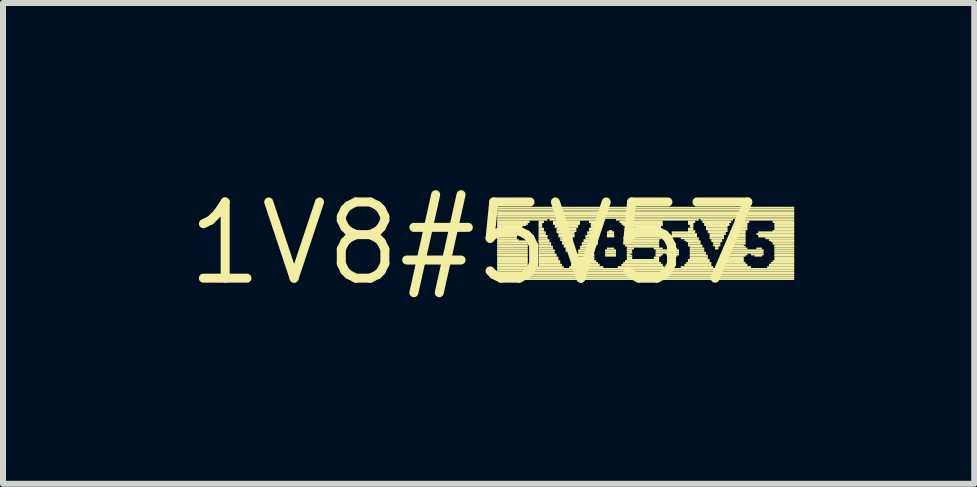
<source format=kicad_pcb>
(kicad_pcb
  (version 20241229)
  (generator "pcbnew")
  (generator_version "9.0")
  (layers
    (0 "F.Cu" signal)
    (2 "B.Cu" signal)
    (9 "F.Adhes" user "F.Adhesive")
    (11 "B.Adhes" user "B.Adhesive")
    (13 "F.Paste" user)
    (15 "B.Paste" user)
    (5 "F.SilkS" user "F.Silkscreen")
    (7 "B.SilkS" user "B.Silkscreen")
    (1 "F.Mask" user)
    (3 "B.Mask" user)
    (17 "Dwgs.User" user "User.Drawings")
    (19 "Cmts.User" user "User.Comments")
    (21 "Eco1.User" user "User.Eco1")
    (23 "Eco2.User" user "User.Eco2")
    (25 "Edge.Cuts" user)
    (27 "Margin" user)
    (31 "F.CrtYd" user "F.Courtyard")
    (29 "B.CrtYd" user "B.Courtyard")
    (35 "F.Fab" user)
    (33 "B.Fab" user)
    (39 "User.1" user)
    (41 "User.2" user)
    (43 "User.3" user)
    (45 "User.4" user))
  (footprint "1V8#5V57"
    (layer "F.Cu")
    (at 4.845 1.006)
    (property "Reference" "1V8#5V57" (at 0 0 0) (layer "F.SilkS") (effects (font (size 1.27 1.27) (thickness 0.15))))
    (attr through_hole)
    (fp_poly (pts (xy 0.39 -0.58) (xy 5.34 -0.58) (xy 5.34 -0.61) (xy 0.39 -0.61)) (stroke (width 0) (type solid)) (fill yes) (layer "F.SilkS"))
    (fp_poly (pts (xy 0.39 -0.55) (xy 5.34 -0.55) (xy 5.34 -0.58) (xy 0.39 -0.58)) (stroke (width 0) (type solid)) (fill yes) (layer "F.SilkS"))
    (fp_poly (pts (xy 0.39 -0.53) (xy 5.34 -0.53) (xy 5.34 -0.55) (xy 0.39 -0.55)) (stroke (width 0) (type solid)) (fill yes) (layer "F.SilkS"))
    (fp_poly (pts (xy 0.39 -0.49) (xy 5.34 -0.49) (xy 5.34 -0.53) (xy 0.39 -0.53)) (stroke (width 0) (type solid)) (fill yes) (layer "F.SilkS"))
    (fp_poly (pts (xy 0.39 -0.46) (xy 5.34 -0.46) (xy 5.34 -0.49) (xy 0.39 -0.49)) (stroke (width 0) (type solid)) (fill yes) (layer "F.SilkS"))
    (fp_poly (pts (xy 0.39 -0.43) (xy 5.34 -0.43) (xy 5.34 -0.46) (xy 0.39 -0.46)) (stroke (width 0) (type solid)) (fill yes) (layer "F.SilkS"))
    (fp_poly (pts (xy 0.39 -0.41) (xy 5.34 -0.41) (xy 5.34 -0.43) (xy 0.39 -0.43)) (stroke (width 0) (type solid)) (fill yes) (layer "F.SilkS"))
    (fp_poly (pts (xy 0.39 -0.38) (xy 1.23 -0.38) (xy 1.23 -0.41) (xy 0.39 -0.41)) (stroke (width 0) (type solid)) (fill yes) (layer "F.SilkS"))
    (fp_poly (pts (xy 0.39 -0.34) (xy 0.93 -0.34) (xy 0.93 -0.38) (xy 0.39 -0.38)) (stroke (width 0) (type solid)) (fill yes) (layer "F.SilkS"))
    (fp_poly (pts (xy 0.39 -0.31) (xy 0.9 -0.31) (xy 0.9 -0.34) (xy 0.39 -0.34)) (stroke (width 0) (type solid)) (fill yes) (layer "F.SilkS"))
    (fp_poly (pts (xy 0.39 -0.29) (xy 0.87 -0.29) (xy 0.87 -0.32) (xy 0.39 -0.32)) (stroke (width 0) (type solid)) (fill yes) (layer "F.SilkS"))
    (fp_poly (pts (xy 0.39 -0.26) (xy 0.81 -0.26) (xy 0.81 -0.29) (xy 0.39 -0.29)) (stroke (width 0) (type solid)) (fill yes) (layer "F.SilkS"))
    (fp_poly (pts (xy 0.39 -0.22) (xy 0.78 -0.22) (xy 0.78 -0.26) (xy 0.39 -0.26)) (stroke (width 0) (type solid)) (fill yes) (layer "F.SilkS"))
    (fp_poly (pts (xy 0.39 -0.19) (xy 0.75 -0.19) (xy 0.75 -0.22) (xy 0.39 -0.22)) (stroke (width 0) (type solid)) (fill yes) (layer "F.SilkS"))
    (fp_poly (pts (xy 0.39 -0.17) (xy 0.72 -0.17) (xy 0.72 -0.2) (xy 0.39 -0.2)) (stroke (width 0) (type solid)) (fill yes) (layer "F.SilkS"))
    (fp_poly (pts (xy 0.39 -0.14) (xy 0.72 -0.14) (xy 0.72 -0.17) (xy 0.39 -0.17)) (stroke (width 0) (type solid)) (fill yes) (layer "F.SilkS"))
    (fp_poly (pts (xy 0.39 -0.1) (xy 0.72 -0.1) (xy 0.72 -0.14) (xy 0.39 -0.14)) (stroke (width 0) (type solid)) (fill yes) (layer "F.SilkS"))
    (fp_poly (pts (xy 0.39 -0.07) (xy 0.72 -0.07) (xy 0.72 -0.1) (xy 0.39 -0.1)) (stroke (width 0) (type solid)) (fill yes) (layer "F.SilkS"))
    (fp_poly (pts (xy 0.39 -0.04) (xy 0.75 -0.04) (xy 0.75 -0.07) (xy 0.39 -0.07)) (stroke (width 0) (type solid)) (fill yes) (layer "F.SilkS"))
    (fp_poly (pts (xy 0.39 -0.02) (xy 0.9 -0.02) (xy 0.9 -0.05) (xy 0.39 -0.05)) (stroke (width 0) (type solid)) (fill yes) (layer "F.SilkS"))
    (fp_poly (pts (xy 0.39 0.02) (xy 0.9 0.02) (xy 0.9 -0.02) (xy 0.39 -0.02)) (stroke (width 0) (type solid)) (fill yes) (layer "F.SilkS"))
    (fp_poly (pts (xy 0.39 0.05) (xy 0.9 0.05) (xy 0.9 0.02) (xy 0.39 0.02)) (stroke (width 0) (type solid)) (fill yes) (layer "F.SilkS"))
    (fp_poly (pts (xy 0.39 0.07) (xy 0.9 0.07) (xy 0.9 0.04) (xy 0.39 0.04)) (stroke (width 0) (type solid)) (fill yes) (layer "F.SilkS"))
    (fp_poly (pts (xy 0.39 0.1) (xy 0.9 0.1) (xy 0.9 0.07) (xy 0.39 0.07)) (stroke (width 0) (type solid)) (fill yes) (layer "F.SilkS"))
    (fp_poly (pts (xy 0.39 0.14) (xy 0.9 0.14) (xy 0.9 0.1) (xy 0.39 0.1)) (stroke (width 0) (type solid)) (fill yes) (layer "F.SilkS"))
    (fp_poly (pts (xy 0.39 0.17) (xy 0.9 0.17) (xy 0.9 0.14) (xy 0.39 0.14)) (stroke (width 0) (type solid)) (fill yes) (layer "F.SilkS"))
    (fp_poly (pts (xy 0.39 0.2) (xy 0.9 0.2) (xy 0.9 0.17) (xy 0.39 0.17)) (stroke (width 0) (type solid)) (fill yes) (layer "F.SilkS"))
    (fp_poly (pts (xy 0.39 0.22) (xy 0.9 0.22) (xy 0.9 0.19) (xy 0.39 0.19)) (stroke (width 0) (type solid)) (fill yes) (layer "F.SilkS"))
    (fp_poly (pts (xy 0.39 0.26) (xy 0.9 0.26) (xy 0.9 0.22) (xy 0.39 0.22)) (stroke (width 0) (type solid)) (fill yes) (layer "F.SilkS"))
    (fp_poly (pts (xy 0.39 0.29) (xy 0.9 0.29) (xy 0.9 0.26) (xy 0.39 0.26)) (stroke (width 0) (type solid)) (fill yes) (layer "F.SilkS"))
    (fp_poly (pts (xy 0.39 0.31) (xy 0.9 0.31) (xy 0.9 0.28) (xy 0.39 0.28)) (stroke (width 0) (type solid)) (fill yes) (layer "F.SilkS"))
    (fp_poly (pts (xy 0.39 0.34) (xy 0.9 0.34) (xy 0.9 0.31) (xy 0.39 0.31)) (stroke (width 0) (type solid)) (fill yes) (layer "F.SilkS"))
    (fp_poly (pts (xy 0.39 0.38) (xy 0.9 0.38) (xy 0.9 0.34) (xy 0.39 0.34)) (stroke (width 0) (type solid)) (fill yes) (layer "F.SilkS"))
    (fp_poly (pts (xy 0.39 0.41) (xy 0.9 0.41) (xy 0.9 0.38) (xy 0.39 0.38)) (stroke (width 0) (type solid)) (fill yes) (layer "F.SilkS"))
    (fp_poly (pts (xy 0.39 0.44) (xy 5.34 0.44) (xy 5.34 0.41) (xy 0.39 0.41)) (stroke (width 0) (type solid)) (fill yes) (layer "F.SilkS"))
    (fp_poly (pts (xy 0.39 0.47) (xy 5.34 0.47) (xy 5.34 0.44) (xy 0.39 0.44)) (stroke (width 0) (type solid)) (fill yes) (layer "F.SilkS"))
    (fp_poly (pts (xy 0.39 0.5) (xy 5.34 0.5) (xy 5.34 0.47) (xy 0.39 0.47)) (stroke (width 0) (type solid)) (fill yes) (layer "F.SilkS"))
    (fp_poly (pts (xy 0.39 0.52) (xy 5.34 0.52) (xy 5.34 0.49) (xy 0.39 0.49)) (stroke (width 0) (type solid)) (fill yes) (layer "F.SilkS"))
    (fp_poly (pts (xy 0.39 0.55) (xy 5.34 0.55) (xy 5.34 0.52) (xy 0.39 0.52)) (stroke (width 0) (type solid)) (fill yes) (layer "F.SilkS"))
    (fp_poly (pts (xy 0.39 0.58) (xy 5.34 0.58) (xy 5.34 0.55) (xy 0.39 0.55)) (stroke (width 0) (type solid)) (fill yes) (layer "F.SilkS"))
    (fp_poly (pts (xy 0.39 0.61) (xy 5.34 0.61) (xy 5.34 0.58) (xy 0.39 0.58)) (stroke (width 0) (type solid)) (fill yes) (layer "F.SilkS"))
    (fp_poly (pts (xy 0.87 -0.04) (xy 0.9 -0.04) (xy 0.9 -0.07) (xy 0.87 -0.07)) (stroke (width 0) (type solid)) (fill yes) (layer "F.SilkS"))
    (fp_poly (pts (xy 1.05 0.41) (xy 1.5 0.41) (xy 1.5 0.38) (xy 1.05 0.38)) (stroke (width 0) (type solid)) (fill yes) (layer "F.SilkS"))
    (fp_poly (pts (xy 1.08 -0.34) (xy 1.17 -0.34) (xy 1.17 -0.38) (xy 1.08 -0.38)) (stroke (width 0) (type solid)) (fill yes) (layer "F.SilkS"))
    (fp_poly (pts (xy 1.08 -0.31) (xy 1.14 -0.31) (xy 1.14 -0.34) (xy 1.08 -0.34)) (stroke (width 0) (type solid)) (fill yes) (layer "F.SilkS"))
    (fp_poly (pts (xy 1.08 -0.29) (xy 1.14 -0.29) (xy 1.14 -0.32) (xy 1.08 -0.32)) (stroke (width 0) (type solid)) (fill yes) (layer "F.SilkS"))
    (fp_poly (pts (xy 1.08 -0.26) (xy 1.14 -0.26) (xy 1.14 -0.29) (xy 1.08 -0.29)) (stroke (width 0) (type solid)) (fill yes) (layer "F.SilkS"))
    (fp_poly (pts (xy 1.08 -0.22) (xy 1.17 -0.22) (xy 1.17 -0.26) (xy 1.08 -0.26)) (stroke (width 0) (type solid)) (fill yes) (layer "F.SilkS"))
    (fp_poly (pts (xy 1.08 -0.19) (xy 1.17 -0.19) (xy 1.17 -0.22) (xy 1.08 -0.22)) (stroke (width 0) (type solid)) (fill yes) (layer "F.SilkS"))
    (fp_poly (pts (xy 1.08 -0.17) (xy 1.2 -0.17) (xy 1.2 -0.2) (xy 1.08 -0.2)) (stroke (width 0) (type solid)) (fill yes) (layer "F.SilkS"))
    (fp_poly (pts (xy 1.08 -0.14) (xy 1.2 -0.14) (xy 1.2 -0.17) (xy 1.08 -0.17)) (stroke (width 0) (type solid)) (fill yes) (layer "F.SilkS"))
    (fp_poly (pts (xy 1.08 -0.1) (xy 1.23 -0.1) (xy 1.23 -0.14) (xy 1.08 -0.14)) (stroke (width 0) (type solid)) (fill yes) (layer "F.SilkS"))
    (fp_poly (pts (xy 1.08 -0.07) (xy 1.23 -0.07) (xy 1.23 -0.1) (xy 1.08 -0.1)) (stroke (width 0) (type solid)) (fill yes) (layer "F.SilkS"))
    (fp_poly (pts (xy 1.08 -0.04) (xy 1.26 -0.04) (xy 1.26 -0.07) (xy 1.08 -0.07)) (stroke (width 0) (type solid)) (fill yes) (layer "F.SilkS"))
    (fp_poly (pts (xy 1.08 -0.02) (xy 1.26 -0.02) (xy 1.26 -0.05) (xy 1.08 -0.05)) (stroke (width 0) (type solid)) (fill yes) (layer "F.SilkS"))
    (fp_poly (pts (xy 1.08 0.02) (xy 1.29 0.02) (xy 1.29 -0.02) (xy 1.08 -0.02)) (stroke (width 0) (type solid)) (fill yes) (layer "F.SilkS"))
    (fp_poly (pts (xy 1.08 0.05) (xy 1.29 0.05) (xy 1.29 0.02) (xy 1.08 0.02)) (stroke (width 0) (type solid)) (fill yes) (layer "F.SilkS"))
    (fp_poly (pts (xy 1.08 0.07) (xy 1.32 0.07) (xy 1.32 0.04) (xy 1.08 0.04)) (stroke (width 0) (type solid)) (fill yes) (layer "F.SilkS"))
    (fp_poly (pts (xy 1.08 0.1) (xy 1.32 0.1) (xy 1.32 0.07) (xy 1.08 0.07)) (stroke (width 0) (type solid)) (fill yes) (layer "F.SilkS"))
    (fp_poly (pts (xy 1.08 0.14) (xy 1.35 0.14) (xy 1.35 0.1) (xy 1.08 0.1)) (stroke (width 0) (type solid)) (fill yes) (layer "F.SilkS"))
    (fp_poly (pts (xy 1.08 0.17) (xy 1.35 0.17) (xy 1.35 0.14) (xy 1.08 0.14)) (stroke (width 0) (type solid)) (fill yes) (layer "F.SilkS"))
    (fp_poly (pts (xy 1.08 0.2) (xy 1.38 0.2) (xy 1.38 0.17) (xy 1.08 0.17)) (stroke (width 0) (type solid)) (fill yes) (layer "F.SilkS"))
    (fp_poly (pts (xy 1.08 0.22) (xy 1.38 0.22) (xy 1.38 0.19) (xy 1.08 0.19)) (stroke (width 0) (type solid)) (fill yes) (layer "F.SilkS"))
    (fp_poly (pts (xy 1.08 0.26) (xy 1.41 0.26) (xy 1.41 0.22) (xy 1.08 0.22)) (stroke (width 0) (type solid)) (fill yes) (layer "F.SilkS"))
    (fp_poly (pts (xy 1.08 0.29) (xy 1.41 0.29) (xy 1.41 0.26) (xy 1.08 0.26)) (stroke (width 0) (type solid)) (fill yes) (layer "F.SilkS"))
    (fp_poly (pts (xy 1.08 0.31) (xy 1.44 0.31) (xy 1.44 0.28) (xy 1.08 0.28)) (stroke (width 0) (type solid)) (fill yes) (layer "F.SilkS"))
    (fp_poly (pts (xy 1.08 0.34) (xy 1.44 0.34) (xy 1.44 0.31) (xy 1.08 0.31)) (stroke (width 0) (type solid)) (fill yes) (layer "F.SilkS"))
    (fp_poly (pts (xy 1.08 0.38) (xy 1.47 0.38) (xy 1.47 0.34) (xy 1.08 0.34)) (stroke (width 0) (type solid)) (fill yes) (layer "F.SilkS"))
    (fp_poly (pts (xy 1.26 -0.38) (xy 2.19 -0.38) (xy 2.19 -0.41) (xy 1.26 -0.41)) (stroke (width 0) (type solid)) (fill yes) (layer "F.SilkS"))
    (fp_poly (pts (xy 1.32 -0.34) (xy 1.77 -0.34) (xy 1.77 -0.38) (xy 1.32 -0.38)) (stroke (width 0) (type solid)) (fill yes) (layer "F.SilkS"))
    (fp_poly (pts (xy 1.32 -0.31) (xy 1.77 -0.31) (xy 1.77 -0.34) (xy 1.32 -0.34)) (stroke (width 0) (type solid)) (fill yes) (layer "F.SilkS"))
    (fp_poly (pts (xy 1.35 -0.29) (xy 1.74 -0.29) (xy 1.74 -0.32) (xy 1.35 -0.32)) (stroke (width 0) (type solid)) (fill yes) (layer "F.SilkS"))
    (fp_poly (pts (xy 1.35 -0.26) (xy 1.74 -0.26) (xy 1.74 -0.29) (xy 1.35 -0.29)) (stroke (width 0) (type solid)) (fill yes) (layer "F.SilkS"))
    (fp_poly (pts (xy 1.38 -0.22) (xy 1.71 -0.22) (xy 1.71 -0.26) (xy 1.38 -0.26)) (stroke (width 0) (type solid)) (fill yes) (layer "F.SilkS"))
    (fp_poly (pts (xy 1.38 -0.19) (xy 1.71 -0.19) (xy 1.71 -0.22) (xy 1.38 -0.22)) (stroke (width 0) (type solid)) (fill yes) (layer "F.SilkS"))
    (fp_poly (pts (xy 1.38 -0.17) (xy 1.68 -0.17) (xy 1.68 -0.2) (xy 1.38 -0.2)) (stroke (width 0) (type solid)) (fill yes) (layer "F.SilkS"))
    (fp_poly (pts (xy 1.41 -0.14) (xy 1.68 -0.14) (xy 1.68 -0.17) (xy 1.41 -0.17)) (stroke (width 0) (type solid)) (fill yes) (layer "F.SilkS"))
    (fp_poly (pts (xy 1.41 -0.1) (xy 1.68 -0.1) (xy 1.68 -0.14) (xy 1.41 -0.14)) (stroke (width 0) (type solid)) (fill yes) (layer "F.SilkS"))
    (fp_poly (pts (xy 1.44 -0.07) (xy 1.65 -0.07) (xy 1.65 -0.1) (xy 1.44 -0.1)) (stroke (width 0) (type solid)) (fill yes) (layer "F.SilkS"))
    (fp_poly (pts (xy 1.44 -0.04) (xy 1.65 -0.04) (xy 1.65 -0.07) (xy 1.44 -0.07)) (stroke (width 0) (type solid)) (fill yes) (layer "F.SilkS"))
    (fp_poly (pts (xy 1.47 -0.02) (xy 1.62 -0.02) (xy 1.62 -0.05) (xy 1.47 -0.05)) (stroke (width 0) (type solid)) (fill yes) (layer "F.SilkS"))
    (fp_poly (pts (xy 1.47 0.02) (xy 1.62 0.02) (xy 1.62 -0.02) (xy 1.47 -0.02)) (stroke (width 0) (type solid)) (fill yes) (layer "F.SilkS"))
    (fp_poly (pts (xy 1.5 0.05) (xy 1.59 0.05) (xy 1.59 0.02) (xy 1.5 0.02)) (stroke (width 0) (type solid)) (fill yes) (layer "F.SilkS"))
    (fp_poly (pts (xy 1.5 0.07) (xy 1.59 0.07) (xy 1.59 0.04) (xy 1.5 0.04)) (stroke (width 0) (type solid)) (fill yes) (layer "F.SilkS"))
    (fp_poly (pts (xy 1.53 0.1) (xy 1.56 0.1) (xy 1.56 0.07) (xy 1.53 0.07)) (stroke (width 0) (type solid)) (fill yes) (layer "F.SilkS"))
    (fp_poly (pts (xy 1.53 0.14) (xy 1.56 0.14) (xy 1.56 0.1) (xy 1.53 0.1)) (stroke (width 0) (type solid)) (fill yes) (layer "F.SilkS"))
    (fp_poly (pts (xy 1.59 0.41) (xy 2.16 0.41) (xy 2.16 0.38) (xy 1.59 0.38)) (stroke (width 0) (type solid)) (fill yes) (layer "F.SilkS"))
    (fp_poly (pts (xy 1.62 0.38) (xy 2.1 0.38) (xy 2.1 0.34) (xy 1.62 0.34)) (stroke (width 0) (type solid)) (fill yes) (layer "F.SilkS"))
    (fp_poly (pts (xy 1.65 0.31) (xy 2.04 0.31) (xy 2.04 0.28) (xy 1.65 0.28)) (stroke (width 0) (type solid)) (fill yes) (layer "F.SilkS"))
    (fp_poly (pts (xy 1.65 0.34) (xy 2.07 0.34) (xy 2.07 0.31) (xy 1.65 0.31)) (stroke (width 0) (type solid)) (fill yes) (layer "F.SilkS"))
    (fp_poly (pts (xy 1.68 0.26) (xy 2.01 0.26) (xy 2.01 0.22) (xy 1.68 0.22)) (stroke (width 0) (type solid)) (fill yes) (layer "F.SilkS"))
    (fp_poly (pts (xy 1.68 0.29) (xy 2.01 0.29) (xy 2.01 0.26) (xy 1.68 0.26)) (stroke (width 0) (type solid)) (fill yes) (layer "F.SilkS"))
    (fp_poly (pts (xy 1.71 0.2) (xy 2.01 0.2) (xy 2.01 0.17) (xy 1.71 0.17)) (stroke (width 0) (type solid)) (fill yes) (layer "F.SilkS"))
    (fp_poly (pts (xy 1.71 0.22) (xy 2.01 0.22) (xy 2.01 0.19) (xy 1.71 0.19)) (stroke (width 0) (type solid)) (fill yes) (layer "F.SilkS"))
    (fp_poly (pts (xy 1.74 0.14) (xy 2.01 0.14) (xy 2.01 0.1) (xy 1.74 0.1)) (stroke (width 0) (type solid)) (fill yes) (layer "F.SilkS"))
    (fp_poly (pts (xy 1.74 0.17) (xy 1.98 0.17) (xy 1.98 0.14) (xy 1.74 0.14)) (stroke (width 0) (type solid)) (fill yes) (layer "F.SilkS"))
    (fp_poly (pts (xy 1.77 0.07) (xy 2.01 0.07) (xy 2.01 0.04) (xy 1.77 0.04)) (stroke (width 0) (type solid)) (fill yes) (layer "F.SilkS"))
    (fp_poly (pts (xy 1.77 0.1) (xy 2.01 0.1) (xy 2.01 0.07) (xy 1.77 0.07)) (stroke (width 0) (type solid)) (fill yes) (layer "F.SilkS"))
    (fp_poly (pts (xy 1.8 0.02) (xy 2.07 0.02) (xy 2.07 -0.02) (xy 1.8 -0.02)) (stroke (width 0) (type solid)) (fill yes) (layer "F.SilkS"))
    (fp_poly (pts (xy 1.8 0.05) (xy 2.04 0.05) (xy 2.04 0.02) (xy 1.8 0.02)) (stroke (width 0) (type solid)) (fill yes) (layer "F.SilkS"))
    (fp_poly (pts (xy 1.83 -0.04) (xy 2.04 -0.04) (xy 2.04 -0.07) (xy 1.83 -0.07)) (stroke (width 0) (type solid)) (fill yes) (layer "F.SilkS"))
    (fp_poly (pts (xy 1.83 -0.02) (xy 2.07 -0.02) (xy 2.07 -0.05) (xy 1.83 -0.05)) (stroke (width 0) (type solid)) (fill yes) (layer "F.SilkS"))
    (fp_poly (pts (xy 1.86 -0.1) (xy 2.01 -0.1) (xy 2.01 -0.14) (xy 1.86 -0.14)) (stroke (width 0) (type solid)) (fill yes) (layer "F.SilkS"))
    (fp_poly (pts (xy 1.86 -0.07) (xy 2.04 -0.07) (xy 2.04 -0.1) (xy 1.86 -0.1)) (stroke (width 0) (type solid)) (fill yes) (layer "F.SilkS"))
    (fp_poly (pts (xy 1.89 -0.17) (xy 2.01 -0.17) (xy 2.01 -0.2) (xy 1.89 -0.2)) (stroke (width 0) (type solid)) (fill yes) (layer "F.SilkS"))
    (fp_poly (pts (xy 1.89 -0.14) (xy 2.01 -0.14) (xy 2.01 -0.17) (xy 1.89 -0.17)) (stroke (width 0) (type solid)) (fill yes) (layer "F.SilkS"))
    (fp_poly (pts (xy 1.92 -0.34) (xy 2.13 -0.34) (xy 2.13 -0.38) (xy 1.92 -0.38)) (stroke (width 0) (type solid)) (fill yes) (layer "F.SilkS"))
    (fp_poly (pts (xy 1.92 -0.22) (xy 2.04 -0.22) (xy 2.04 -0.26) (xy 1.92 -0.26)) (stroke (width 0) (type solid)) (fill yes) (layer "F.SilkS"))
    (fp_poly (pts (xy 1.92 -0.19) (xy 2.01 -0.19) (xy 2.01 -0.22) (xy 1.92 -0.22)) (stroke (width 0) (type solid)) (fill yes) (layer "F.SilkS"))
    (fp_poly (pts (xy 1.95 -0.31) (xy 2.1 -0.31) (xy 2.1 -0.34) (xy 1.95 -0.34)) (stroke (width 0) (type solid)) (fill yes) (layer "F.SilkS"))
    (fp_poly (pts (xy 1.95 -0.29) (xy 2.07 -0.29) (xy 2.07 -0.32) (xy 1.95 -0.32)) (stroke (width 0) (type solid)) (fill yes) (layer "F.SilkS"))
    (fp_poly (pts (xy 1.95 -0.26) (xy 2.04 -0.26) (xy 2.04 -0.29) (xy 1.95 -0.29)) (stroke (width 0) (type solid)) (fill yes) (layer "F.SilkS"))
    (fp_poly (pts (xy 2.19 0.14) (xy 2.37 0.14) (xy 2.37 0.1) (xy 2.19 0.1)) (stroke (width 0) (type solid)) (fill yes) (layer "F.SilkS"))
    (fp_poly (pts (xy 2.19 0.17) (xy 2.37 0.17) (xy 2.37 0.14) (xy 2.19 0.14)) (stroke (width 0) (type solid)) (fill yes) (layer "F.SilkS"))
    (fp_poly (pts (xy 2.19 0.2) (xy 2.37 0.2) (xy 2.37 0.17) (xy 2.19 0.17)) (stroke (width 0) (type solid)) (fill yes) (layer "F.SilkS"))
    (fp_poly (pts (xy 2.19 0.22) (xy 2.37 0.22) (xy 2.37 0.19) (xy 2.19 0.19)) (stroke (width 0) (type solid)) (fill yes) (layer "F.SilkS"))
    (fp_poly (pts (xy 2.22 -0.17) (xy 2.34 -0.17) (xy 2.34 -0.2) (xy 2.22 -0.2)) (stroke (width 0) (type solid)) (fill yes) (layer "F.SilkS"))
    (fp_poly (pts (xy 2.22 -0.14) (xy 2.34 -0.14) (xy 2.34 -0.17) (xy 2.22 -0.17)) (stroke (width 0) (type solid)) (fill yes) (layer "F.SilkS"))
    (fp_poly (pts (xy 2.22 -0.1) (xy 2.34 -0.1) (xy 2.34 -0.14) (xy 2.22 -0.14)) (stroke (width 0) (type solid)) (fill yes) (layer "F.SilkS"))
    (fp_poly (pts (xy 2.22 0.1) (xy 2.34 0.1) (xy 2.34 0.07) (xy 2.22 0.07)) (stroke (width 0) (type solid)) (fill yes) (layer "F.SilkS"))
    (fp_poly (pts (xy 2.25 -0.19) (xy 2.31 -0.19) (xy 2.31 -0.22) (xy 2.25 -0.22)) (stroke (width 0) (type solid)) (fill yes) (layer "F.SilkS"))
    (fp_poly (pts (xy 2.37 -0.38) (xy 3.75 -0.38) (xy 3.75 -0.41) (xy 2.37 -0.41)) (stroke (width 0) (type solid)) (fill yes) (layer "F.SilkS"))
    (fp_poly (pts (xy 2.4 0.41) (xy 3.18 0.41) (xy 3.18 0.38) (xy 2.4 0.38)) (stroke (width 0) (type solid)) (fill yes) (layer "F.SilkS"))
    (fp_poly (pts (xy 2.43 -0.34) (xy 3.15 -0.34) (xy 3.15 -0.38) (xy 2.43 -0.38)) (stroke (width 0) (type solid)) (fill yes) (layer "F.SilkS"))
    (fp_poly (pts (xy 2.46 -0.31) (xy 3.15 -0.31) (xy 3.15 -0.34) (xy 2.46 -0.34)) (stroke (width 0) (type solid)) (fill yes) (layer "F.SilkS"))
    (fp_poly (pts (xy 2.46 0.38) (xy 3.15 0.38) (xy 3.15 0.34) (xy 2.46 0.34)) (stroke (width 0) (type solid)) (fill yes) (layer "F.SilkS"))
    (fp_poly (pts (xy 2.49 -0.29) (xy 3.15 -0.29) (xy 3.15 -0.32) (xy 2.49 -0.32)) (stroke (width 0) (type solid)) (fill yes) (layer "F.SilkS"))
    (fp_poly (pts (xy 2.49 -0.02) (xy 3.09 -0.02) (xy 3.09 -0.05) (xy 2.49 -0.05)) (stroke (width 0) (type solid)) (fill yes) (layer "F.SilkS"))
    (fp_poly (pts (xy 2.49 0.02) (xy 3.09 0.02) (xy 3.09 -0.02) (xy 2.49 -0.02)) (stroke (width 0) (type solid)) (fill yes) (layer "F.SilkS"))
    (fp_poly (pts (xy 2.49 0.34) (xy 3.12 0.34) (xy 3.12 0.31) (xy 2.49 0.31)) (stroke (width 0) (type solid)) (fill yes) (layer "F.SilkS"))
    (fp_poly (pts (xy 2.52 -0.26) (xy 3.12 -0.26) (xy 3.12 -0.29) (xy 2.52 -0.29)) (stroke (width 0) (type solid)) (fill yes) (layer "F.SilkS"))
    (fp_poly (pts (xy 2.52 -0.22) (xy 3.12 -0.22) (xy 3.12 -0.26) (xy 2.52 -0.26)) (stroke (width 0) (type solid)) (fill yes) (layer "F.SilkS"))
    (fp_poly (pts (xy 2.52 -0.19) (xy 3.12 -0.19) (xy 3.12 -0.22) (xy 2.52 -0.22)) (stroke (width 0) (type solid)) (fill yes) (layer "F.SilkS"))
    (fp_poly (pts (xy 2.52 -0.07) (xy 3.12 -0.07) (xy 3.12 -0.1) (xy 2.52 -0.1)) (stroke (width 0) (type solid)) (fill yes) (layer "F.SilkS"))
    (fp_poly (pts (xy 2.52 -0.04) (xy 3.09 -0.04) (xy 3.09 -0.07) (xy 2.52 -0.07)) (stroke (width 0) (type solid)) (fill yes) (layer "F.SilkS"))
    (fp_poly (pts (xy 2.52 0.05) (xy 3.09 0.05) (xy 3.09 0.02) (xy 2.52 0.02)) (stroke (width 0) (type solid)) (fill yes) (layer "F.SilkS"))
    (fp_poly (pts (xy 2.52 0.31) (xy 3.09 0.31) (xy 3.09 0.28) (xy 2.52 0.28)) (stroke (width 0) (type solid)) (fill yes) (layer "F.SilkS"))
    (fp_poly (pts (xy 2.55 -0.17) (xy 3.12 -0.17) (xy 3.12 -0.2) (xy 2.55 -0.2)) (stroke (width 0) (type solid)) (fill yes) (layer "F.SilkS"))
    (fp_poly (pts (xy 2.55 -0.14) (xy 3.12 -0.14) (xy 3.12 -0.17) (xy 2.55 -0.17)) (stroke (width 0) (type solid)) (fill yes) (layer "F.SilkS"))
    (fp_poly (pts (xy 2.55 -0.1) (xy 3.12 -0.1) (xy 3.12 -0.14) (xy 2.55 -0.14)) (stroke (width 0) (type solid)) (fill yes) (layer "F.SilkS"))
    (fp_poly (pts (xy 2.55 0.07) (xy 3.09 0.07) (xy 3.09 0.04) (xy 2.55 0.04)) (stroke (width 0) (type solid)) (fill yes) (layer "F.SilkS"))
    (fp_poly (pts (xy 2.55 0.1) (xy 2.67 0.1) (xy 2.67 0.07) (xy 2.55 0.07)) (stroke (width 0) (type solid)) (fill yes) (layer "F.SilkS"))
    (fp_poly (pts (xy 2.55 0.14) (xy 2.64 0.14) (xy 2.64 0.1) (xy 2.55 0.1)) (stroke (width 0) (type solid)) (fill yes) (layer "F.SilkS"))
    (fp_poly (pts (xy 2.55 0.17) (xy 2.64 0.17) (xy 2.64 0.14) (xy 2.55 0.14)) (stroke (width 0) (type solid)) (fill yes) (layer "F.SilkS"))
    (fp_poly (pts (xy 2.55 0.2) (xy 2.61 0.2) (xy 2.61 0.17) (xy 2.55 0.17)) (stroke (width 0) (type solid)) (fill yes) (layer "F.SilkS"))
    (fp_poly (pts (xy 2.55 0.22) (xy 2.64 0.22) (xy 2.64 0.19) (xy 2.55 0.19)) (stroke (width 0) (type solid)) (fill yes) (layer "F.SilkS"))
    (fp_poly (pts (xy 2.55 0.26) (xy 2.64 0.26) (xy 2.64 0.22) (xy 2.55 0.22)) (stroke (width 0) (type solid)) (fill yes) (layer "F.SilkS"))
    (fp_poly (pts (xy 2.55 0.29) (xy 3.09 0.29) (xy 3.09 0.26) (xy 2.55 0.26)) (stroke (width 0) (type solid)) (fill yes) (layer "F.SilkS"))
    (fp_poly (pts (xy 3 0.1) (xy 3.15 0.1) (xy 3.15 0.07) (xy 3 0.07)) (stroke (width 0) (type solid)) (fill yes) (layer "F.SilkS"))
    (fp_poly (pts (xy 3 0.26) (xy 3.09 0.26) (xy 3.09 0.22) (xy 3 0.22)) (stroke (width 0) (type solid)) (fill yes) (layer "F.SilkS"))
    (fp_poly (pts (xy 3.03 0.14) (xy 3.42 0.14) (xy 3.42 0.1) (xy 3.03 0.1)) (stroke (width 0) (type solid)) (fill yes) (layer "F.SilkS"))
    (fp_poly (pts (xy 3.03 0.17) (xy 3.42 0.17) (xy 3.42 0.14) (xy 3.03 0.14)) (stroke (width 0) (type solid)) (fill yes) (layer "F.SilkS"))
    (fp_poly (pts (xy 3.03 0.2) (xy 3.15 0.2) (xy 3.15 0.17) (xy 3.03 0.17)) (stroke (width 0) (type solid)) (fill yes) (layer "F.SilkS"))
    (fp_poly (pts (xy 3.03 0.22) (xy 3.12 0.22) (xy 3.12 0.19) (xy 3.03 0.19)) (stroke (width 0) (type solid)) (fill yes) (layer "F.SilkS"))
    (fp_poly (pts (xy 3.21 0.2) (xy 3.42 0.2) (xy 3.42 0.17) (xy 3.21 0.17)) (stroke (width 0) (type solid)) (fill yes) (layer "F.SilkS"))
    (fp_poly (pts (xy 3.24 0.22) (xy 3.39 0.22) (xy 3.39 0.19) (xy 3.24 0.19)) (stroke (width 0) (type solid)) (fill yes) (layer "F.SilkS"))
    (fp_poly (pts (xy 3.27 0.1) (xy 3.39 0.1) (xy 3.39 0.07) (xy 3.27 0.07)) (stroke (width 0) (type solid)) (fill yes) (layer "F.SilkS"))
    (fp_poly (pts (xy 3.3 -0.17) (xy 3.69 -0.17) (xy 3.69 -0.2) (xy 3.3 -0.2)) (stroke (width 0) (type solid)) (fill yes) (layer "F.SilkS"))
    (fp_poly (pts (xy 3.3 -0.14) (xy 3.72 -0.14) (xy 3.72 -0.17) (xy 3.3 -0.17)) (stroke (width 0) (type solid)) (fill yes) (layer "F.SilkS"))
    (fp_poly (pts (xy 3.3 -0.1) (xy 3.72 -0.1) (xy 3.72 -0.14) (xy 3.3 -0.14)) (stroke (width 0) (type solid)) (fill yes) (layer "F.SilkS"))
    (fp_poly (pts (xy 3.45 -0.07) (xy 3.75 -0.07) (xy 3.75 -0.1) (xy 3.45 -0.1)) (stroke (width 0) (type solid)) (fill yes) (layer "F.SilkS"))
    (fp_poly (pts (xy 3.45 0.41) (xy 3.99 0.41) (xy 3.99 0.38) (xy 3.45 0.38)) (stroke (width 0) (type solid)) (fill yes) (layer "F.SilkS"))
    (fp_poly (pts (xy 3.51 -0.04) (xy 3.75 -0.04) (xy 3.75 -0.07) (xy 3.51 -0.07)) (stroke (width 0) (type solid)) (fill yes) (layer "F.SilkS"))
    (fp_poly (pts (xy 3.51 0.38) (xy 3.96 0.38) (xy 3.96 0.34) (xy 3.51 0.34)) (stroke (width 0) (type solid)) (fill yes) (layer "F.SilkS"))
    (fp_poly (pts (xy 3.54 -0.02) (xy 3.78 -0.02) (xy 3.78 -0.05) (xy 3.54 -0.05)) (stroke (width 0) (type solid)) (fill yes) (layer "F.SilkS"))
    (fp_poly (pts (xy 3.54 0.34) (xy 3.96 0.34) (xy 3.96 0.31) (xy 3.54 0.31)) (stroke (width 0) (type solid)) (fill yes) (layer "F.SilkS"))
    (fp_poly (pts (xy 3.57 -0.34) (xy 3.69 -0.34) (xy 3.69 -0.38) (xy 3.57 -0.38)) (stroke (width 0) (type solid)) (fill yes) (layer "F.SilkS"))
    (fp_poly (pts (xy 3.57 -0.31) (xy 3.66 -0.31) (xy 3.66 -0.34) (xy 3.57 -0.34)) (stroke (width 0) (type solid)) (fill yes) (layer "F.SilkS"))
    (fp_poly (pts (xy 3.57 -0.22) (xy 3.66 -0.22) (xy 3.66 -0.26) (xy 3.57 -0.26)) (stroke (width 0) (type solid)) (fill yes) (layer "F.SilkS"))
    (fp_poly (pts (xy 3.57 -0.19) (xy 3.69 -0.19) (xy 3.69 -0.22) (xy 3.57 -0.22)) (stroke (width 0) (type solid)) (fill yes) (layer "F.SilkS"))
    (fp_poly (pts (xy 3.57 0.02) (xy 3.78 0.02) (xy 3.78 -0.02) (xy 3.57 -0.02)) (stroke (width 0) (type solid)) (fill yes) (layer "F.SilkS"))
    (fp_poly (pts (xy 3.57 0.05) (xy 3.81 0.05) (xy 3.81 0.02) (xy 3.57 0.02)) (stroke (width 0) (type solid)) (fill yes) (layer "F.SilkS"))
    (fp_poly (pts (xy 3.57 0.29) (xy 3.93 0.29) (xy 3.93 0.26) (xy 3.57 0.26)) (stroke (width 0) (type solid)) (fill yes) (layer "F.SilkS"))
    (fp_poly (pts (xy 3.57 0.31) (xy 3.93 0.31) (xy 3.93 0.28) (xy 3.57 0.28)) (stroke (width 0) (type solid)) (fill yes) (layer "F.SilkS"))
    (fp_poly (pts (xy 3.6 -0.29) (xy 3.66 -0.29) (xy 3.66 -0.32) (xy 3.6 -0.32)) (stroke (width 0) (type solid)) (fill yes) (layer "F.SilkS"))
    (fp_poly (pts (xy 3.6 -0.26) (xy 3.66 -0.26) (xy 3.66 -0.29) (xy 3.6 -0.29)) (stroke (width 0) (type solid)) (fill yes) (layer "F.SilkS"))
    (fp_poly (pts (xy 3.6 0.07) (xy 3.81 0.07) (xy 3.81 0.04) (xy 3.6 0.04)) (stroke (width 0) (type solid)) (fill yes) (layer "F.SilkS"))
    (fp_poly (pts (xy 3.6 0.1) (xy 3.84 0.1) (xy 3.84 0.07) (xy 3.6 0.07)) (stroke (width 0) (type solid)) (fill yes) (layer "F.SilkS"))
    (fp_poly (pts (xy 3.6 0.14) (xy 3.84 0.14) (xy 3.84 0.1) (xy 3.6 0.1)) (stroke (width 0) (type solid)) (fill yes) (layer "F.SilkS"))
    (fp_poly (pts (xy 3.6 0.17) (xy 3.87 0.17) (xy 3.87 0.14) (xy 3.6 0.14)) (stroke (width 0) (type solid)) (fill yes) (layer "F.SilkS"))
    (fp_poly (pts (xy 3.6 0.2) (xy 3.87 0.2) (xy 3.87 0.17) (xy 3.6 0.17)) (stroke (width 0) (type solid)) (fill yes) (layer "F.SilkS"))
    (fp_poly (pts (xy 3.6 0.22) (xy 3.9 0.22) (xy 3.9 0.19) (xy 3.6 0.19)) (stroke (width 0) (type solid)) (fill yes) (layer "F.SilkS"))
    (fp_poly (pts (xy 3.6 0.26) (xy 3.9 0.26) (xy 3.9 0.22) (xy 3.6 0.22)) (stroke (width 0) (type solid)) (fill yes) (layer "F.SilkS"))
    (fp_poly (pts (xy 3.78 -0.38) (xy 4.32 -0.38) (xy 4.32 -0.41) (xy 3.78 -0.41)) (stroke (width 0) (type solid)) (fill yes) (layer "F.SilkS"))
    (fp_poly (pts (xy 3.81 -0.34) (xy 4.29 -0.34) (xy 4.29 -0.38) (xy 3.81 -0.38)) (stroke (width 0) (type solid)) (fill yes) (layer "F.SilkS"))
    (fp_poly (pts (xy 3.84 -0.31) (xy 4.26 -0.31) (xy 4.26 -0.34) (xy 3.84 -0.34)) (stroke (width 0) (type solid)) (fill yes) (layer "F.SilkS"))
    (fp_poly (pts (xy 3.84 -0.29) (xy 4.26 -0.29) (xy 4.26 -0.32) (xy 3.84 -0.32)) (stroke (width 0) (type solid)) (fill yes) (layer "F.SilkS"))
    (fp_poly (pts (xy 3.87 -0.26) (xy 4.23 -0.26) (xy 4.23 -0.29) (xy 3.87 -0.29)) (stroke (width 0) (type solid)) (fill yes) (layer "F.SilkS"))
    (fp_poly (pts (xy 3.87 -0.22) (xy 4.23 -0.22) (xy 4.23 -0.26) (xy 3.87 -0.26)) (stroke (width 0) (type solid)) (fill yes) (layer "F.SilkS"))
    (fp_poly (pts (xy 3.9 -0.19) (xy 4.23 -0.19) (xy 4.23 -0.22) (xy 3.9 -0.22)) (stroke (width 0) (type solid)) (fill yes) (layer "F.SilkS"))
    (fp_poly (pts (xy 3.9 -0.17) (xy 4.2 -0.17) (xy 4.2 -0.2) (xy 3.9 -0.2)) (stroke (width 0) (type solid)) (fill yes) (layer "F.SilkS"))
    (fp_poly (pts (xy 3.93 -0.14) (xy 4.2 -0.14) (xy 4.2 -0.17) (xy 3.93 -0.17)) (stroke (width 0) (type solid)) (fill yes) (layer "F.SilkS"))
    (fp_poly (pts (xy 3.93 -0.1) (xy 4.17 -0.1) (xy 4.17 -0.14) (xy 3.93 -0.14)) (stroke (width 0) (type solid)) (fill yes) (layer "F.SilkS"))
    (fp_poly (pts (xy 3.93 -0.07) (xy 4.17 -0.07) (xy 4.17 -0.1) (xy 3.93 -0.1)) (stroke (width 0) (type solid)) (fill yes) (layer "F.SilkS"))
    (fp_poly (pts (xy 3.96 -0.04) (xy 4.14 -0.04) (xy 4.14 -0.07) (xy 3.96 -0.07)) (stroke (width 0) (type solid)) (fill yes) (layer "F.SilkS"))
    (fp_poly (pts (xy 3.96 -0.02) (xy 4.14 -0.02) (xy 4.14 -0.05) (xy 3.96 -0.05)) (stroke (width 0) (type solid)) (fill yes) (layer "F.SilkS"))
    (fp_poly (pts (xy 3.99 0.02) (xy 4.11 0.02) (xy 4.11 -0.02) (xy 3.99 -0.02)) (stroke (width 0) (type solid)) (fill yes) (layer "F.SilkS"))
    (fp_poly (pts (xy 3.99 0.05) (xy 4.11 0.05) (xy 4.11 0.02) (xy 3.99 0.02)) (stroke (width 0) (type solid)) (fill yes) (layer "F.SilkS"))
    (fp_poly (pts (xy 4.02 0.07) (xy 4.08 0.07) (xy 4.08 0.04) (xy 4.02 0.04)) (stroke (width 0) (type solid)) (fill yes) (layer "F.SilkS"))
    (fp_poly (pts (xy 4.02 0.1) (xy 4.08 0.1) (xy 4.08 0.07) (xy 4.02 0.07)) (stroke (width 0) (type solid)) (fill yes) (layer "F.SilkS"))
    (fp_poly (pts (xy 4.11 0.41) (xy 4.62 0.41) (xy 4.62 0.38) (xy 4.11 0.38)) (stroke (width 0) (type solid)) (fill yes) (layer "F.SilkS"))
    (fp_poly (pts (xy 4.14 0.34) (xy 4.53 0.34) (xy 4.53 0.31) (xy 4.14 0.31)) (stroke (width 0) (type solid)) (fill yes) (layer "F.SilkS"))
    (fp_poly (pts (xy 4.14 0.38) (xy 4.56 0.38) (xy 4.56 0.34) (xy 4.14 0.34)) (stroke (width 0) (type solid)) (fill yes) (layer "F.SilkS"))
    (fp_poly (pts (xy 4.17 0.29) (xy 4.5 0.29) (xy 4.5 0.26) (xy 4.17 0.26)) (stroke (width 0) (type solid)) (fill yes) (layer "F.SilkS"))
    (fp_poly (pts (xy 4.17 0.31) (xy 4.5 0.31) (xy 4.5 0.28) (xy 4.17 0.28)) (stroke (width 0) (type solid)) (fill yes) (layer "F.SilkS"))
    (fp_poly (pts (xy 4.2 0.22) (xy 4.53 0.22) (xy 4.53 0.19) (xy 4.2 0.19)) (stroke (width 0) (type solid)) (fill yes) (layer "F.SilkS"))
    (fp_poly (pts (xy 4.2 0.26) (xy 4.5 0.26) (xy 4.5 0.22) (xy 4.2 0.22)) (stroke (width 0) (type solid)) (fill yes) (layer "F.SilkS"))
    (fp_poly (pts (xy 4.23 0.17) (xy 4.83 0.17) (xy 4.83 0.14) (xy 4.23 0.14)) (stroke (width 0) (type solid)) (fill yes) (layer "F.SilkS"))
    (fp_poly (pts (xy 4.23 0.2) (xy 4.56 0.2) (xy 4.56 0.17) (xy 4.23 0.17)) (stroke (width 0) (type solid)) (fill yes) (layer "F.SilkS"))
    (fp_poly (pts (xy 4.26 0.1) (xy 4.56 0.1) (xy 4.56 0.07) (xy 4.26 0.07)) (stroke (width 0) (type solid)) (fill yes) (layer "F.SilkS"))
    (fp_poly (pts (xy 4.26 0.14) (xy 4.83 0.14) (xy 4.83 0.1) (xy 4.26 0.1)) (stroke (width 0) (type solid)) (fill yes) (layer "F.SilkS"))
    (fp_poly (pts (xy 4.29 0.05) (xy 4.5 0.05) (xy 4.5 0.02) (xy 4.29 0.02)) (stroke (width 0) (type solid)) (fill yes) (layer "F.SilkS"))
    (fp_poly (pts (xy 4.29 0.07) (xy 4.53 0.07) (xy 4.53 0.04) (xy 4.29 0.04)) (stroke (width 0) (type solid)) (fill yes) (layer "F.SilkS"))
    (fp_poly (pts (xy 4.32 -0.02) (xy 4.53 -0.02) (xy 4.53 -0.05) (xy 4.32 -0.05)) (stroke (width 0) (type solid)) (fill yes) (layer "F.SilkS"))
    (fp_poly (pts (xy 4.32 0.02) (xy 4.53 0.02) (xy 4.53 -0.02) (xy 4.32 -0.02)) (stroke (width 0) (type solid)) (fill yes) (layer "F.SilkS"))
    (fp_poly (pts (xy 4.35 -0.38) (xy 5.34 -0.38) (xy 5.34 -0.41) (xy 4.35 -0.41)) (stroke (width 0) (type solid)) (fill yes) (layer "F.SilkS"))
    (fp_poly (pts (xy 4.35 -0.07) (xy 4.53 -0.07) (xy 4.53 -0.1) (xy 4.35 -0.1)) (stroke (width 0) (type solid)) (fill yes) (layer "F.SilkS"))
    (fp_poly (pts (xy 4.35 -0.04) (xy 4.53 -0.04) (xy 4.53 -0.07) (xy 4.35 -0.07)) (stroke (width 0) (type solid)) (fill yes) (layer "F.SilkS"))
    (fp_poly (pts (xy 4.38 -0.14) (xy 4.53 -0.14) (xy 4.53 -0.17) (xy 4.38 -0.17)) (stroke (width 0) (type solid)) (fill yes) (layer "F.SilkS"))
    (fp_poly (pts (xy 4.38 -0.1) (xy 4.53 -0.1) (xy 4.53 -0.14) (xy 4.38 -0.14)) (stroke (width 0) (type solid)) (fill yes) (layer "F.SilkS"))
    (fp_poly (pts (xy 4.41 -0.34) (xy 4.59 -0.34) (xy 4.59 -0.38) (xy 4.41 -0.38)) (stroke (width 0) (type solid)) (fill yes) (layer "F.SilkS"))
    (fp_poly (pts (xy 4.41 -0.19) (xy 4.53 -0.19) (xy 4.53 -0.22) (xy 4.41 -0.22)) (stroke (width 0) (type solid)) (fill yes) (layer "F.SilkS"))
    (fp_poly (pts (xy 4.41 -0.17) (xy 4.53 -0.17) (xy 4.53 -0.2) (xy 4.41 -0.2)) (stroke (width 0) (type solid)) (fill yes) (layer "F.SilkS"))
    (fp_poly (pts (xy 4.44 -0.31) (xy 4.56 -0.31) (xy 4.56 -0.34) (xy 4.44 -0.34)) (stroke (width 0) (type solid)) (fill yes) (layer "F.SilkS"))
    (fp_poly (pts (xy 4.44 -0.26) (xy 4.56 -0.26) (xy 4.56 -0.29) (xy 4.44 -0.29)) (stroke (width 0) (type solid)) (fill yes) (layer "F.SilkS"))
    (fp_poly (pts (xy 4.44 -0.22) (xy 4.56 -0.22) (xy 4.56 -0.26) (xy 4.44 -0.26)) (stroke (width 0) (type solid)) (fill yes) (layer "F.SilkS"))
    (fp_poly (pts (xy 4.47 -0.29) (xy 4.56 -0.29) (xy 4.56 -0.32) (xy 4.47 -0.32)) (stroke (width 0) (type solid)) (fill yes) (layer "F.SilkS"))
    (fp_poly (pts (xy 4.62 0.2) (xy 4.83 0.2) (xy 4.83 0.17) (xy 4.62 0.17)) (stroke (width 0) (type solid)) (fill yes) (layer "F.SilkS"))
    (fp_poly (pts (xy 4.68 0.22) (xy 4.8 0.22) (xy 4.8 0.19) (xy 4.68 0.19)) (stroke (width 0) (type solid)) (fill yes) (layer "F.SilkS"))
    (fp_poly (pts (xy 4.71 -0.14) (xy 5.34 -0.14) (xy 5.34 -0.17) (xy 4.71 -0.17)) (stroke (width 0) (type solid)) (fill yes) (layer "F.SilkS"))
    (fp_poly (pts (xy 4.71 0.1) (xy 4.8 0.1) (xy 4.8 0.07) (xy 4.71 0.07)) (stroke (width 0) (type solid)) (fill yes) (layer "F.SilkS"))
    (fp_poly (pts (xy 4.74 -0.17) (xy 5.34 -0.17) (xy 5.34 -0.2) (xy 4.74 -0.2)) (stroke (width 0) (type solid)) (fill yes) (layer "F.SilkS"))
    (fp_poly (pts (xy 4.74 -0.1) (xy 5.34 -0.1) (xy 5.34 -0.14) (xy 4.74 -0.14)) (stroke (width 0) (type solid)) (fill yes) (layer "F.SilkS"))
    (fp_poly (pts (xy 4.86 -0.07) (xy 5.34 -0.07) (xy 5.34 -0.1) (xy 4.86 -0.1)) (stroke (width 0) (type solid)) (fill yes) (layer "F.SilkS"))
    (fp_poly (pts (xy 4.89 0.41) (xy 5.34 0.41) (xy 5.34 0.38) (xy 4.89 0.38)) (stroke (width 0) (type solid)) (fill yes) (layer "F.SilkS"))
    (fp_poly (pts (xy 4.92 -0.04) (xy 5.34 -0.04) (xy 5.34 -0.07) (xy 4.92 -0.07)) (stroke (width 0) (type solid)) (fill yes) (layer "F.SilkS"))
    (fp_poly (pts (xy 4.92 0.38) (xy 5.34 0.38) (xy 5.34 0.34) (xy 4.92 0.34)) (stroke (width 0) (type solid)) (fill yes) (layer "F.SilkS"))
    (fp_poly (pts (xy 4.95 -0.02) (xy 5.34 -0.02) (xy 5.34 -0.05) (xy 4.95 -0.05)) (stroke (width 0) (type solid)) (fill yes) (layer "F.SilkS"))
    (fp_poly (pts (xy 4.95 0.34) (xy 5.34 0.34) (xy 5.34 0.31) (xy 4.95 0.31)) (stroke (width 0) (type solid)) (fill yes) (layer "F.SilkS"))
    (fp_poly (pts (xy 4.98 -0.34) (xy 5.34 -0.34) (xy 5.34 -0.38) (xy 4.98 -0.38)) (stroke (width 0) (type solid)) (fill yes) (layer "F.SilkS"))
    (fp_poly (pts (xy 4.98 -0.19) (xy 5.34 -0.19) (xy 5.34 -0.22) (xy 4.98 -0.22)) (stroke (width 0) (type solid)) (fill yes) (layer "F.SilkS"))
    (fp_poly (pts (xy 4.98 0.02) (xy 5.34 0.02) (xy 5.34 -0.02) (xy 4.98 -0.02)) (stroke (width 0) (type solid)) (fill yes) (layer "F.SilkS"))
    (fp_poly (pts (xy 4.98 0.31) (xy 5.34 0.31) (xy 5.34 0.28) (xy 4.98 0.28)) (stroke (width 0) (type solid)) (fill yes) (layer "F.SilkS"))
    (fp_poly (pts (xy 5.01 -0.31) (xy 5.34 -0.31) (xy 5.34 -0.34) (xy 5.01 -0.34)) (stroke (width 0) (type solid)) (fill yes) (layer "F.SilkS"))
    (fp_poly (pts (xy 5.01 -0.29) (xy 5.34 -0.29) (xy 5.34 -0.32) (xy 5.01 -0.32)) (stroke (width 0) (type solid)) (fill yes) (layer "F.SilkS"))
    (fp_poly (pts (xy 5.01 -0.26) (xy 5.34 -0.26) (xy 5.34 -0.29) (xy 5.01 -0.29)) (stroke (width 0) (type solid)) (fill yes) (layer "F.SilkS"))
    (fp_poly (pts (xy 5.01 -0.22) (xy 5.34 -0.22) (xy 5.34 -0.26) (xy 5.01 -0.26)) (stroke (width 0) (type solid)) (fill yes) (layer "F.SilkS"))
    (fp_poly (pts (xy 5.01 0.05) (xy 5.34 0.05) (xy 5.34 0.02) (xy 5.01 0.02)) (stroke (width 0) (type solid)) (fill yes) (layer "F.SilkS"))
    (fp_poly (pts (xy 5.01 0.07) (xy 5.34 0.07) (xy 5.34 0.04) (xy 5.01 0.04)) (stroke (width 0) (type solid)) (fill yes) (layer "F.SilkS"))
    (fp_poly (pts (xy 5.01 0.1) (xy 5.34 0.1) (xy 5.34 0.07) (xy 5.01 0.07)) (stroke (width 0) (type solid)) (fill yes) (layer "F.SilkS"))
    (fp_poly (pts (xy 5.01 0.14) (xy 5.34 0.14) (xy 5.34 0.1) (xy 5.01 0.1)) (stroke (width 0) (type solid)) (fill yes) (layer "F.SilkS"))
    (fp_poly (pts (xy 5.01 0.17) (xy 5.34 0.17) (xy 5.34 0.14) (xy 5.01 0.14)) (stroke (width 0) (type solid)) (fill yes) (layer "F.SilkS"))
    (fp_poly (pts (xy 5.01 0.2) (xy 5.34 0.2) (xy 5.34 0.17) (xy 5.01 0.17)) (stroke (width 0) (type solid)) (fill yes) (layer "F.SilkS"))
    (fp_poly (pts (xy 5.01 0.22) (xy 5.34 0.22) (xy 5.34 0.19) (xy 5.01 0.19)) (stroke (width 0) (type solid)) (fill yes) (layer "F.SilkS"))
    (fp_poly (pts (xy 5.01 0.26) (xy 5.34 0.26) (xy 5.34 0.22) (xy 5.01 0.22)) (stroke (width 0) (type solid)) (fill yes) (layer "F.SilkS"))
    (fp_poly (pts (xy 5.01 0.29) (xy 5.34 0.29) (xy 5.34 0.26) (xy 5.01 0.26)) (stroke (width 0) (type solid)) (fill yes) (layer "F.SilkS")))
  (gr_rect
    (start -3 -3)
    (end 13.185 5.012)
    (stroke (width 0.1) (type default))
    (fill no)
    (layer "Edge.Cuts")))
</source>
